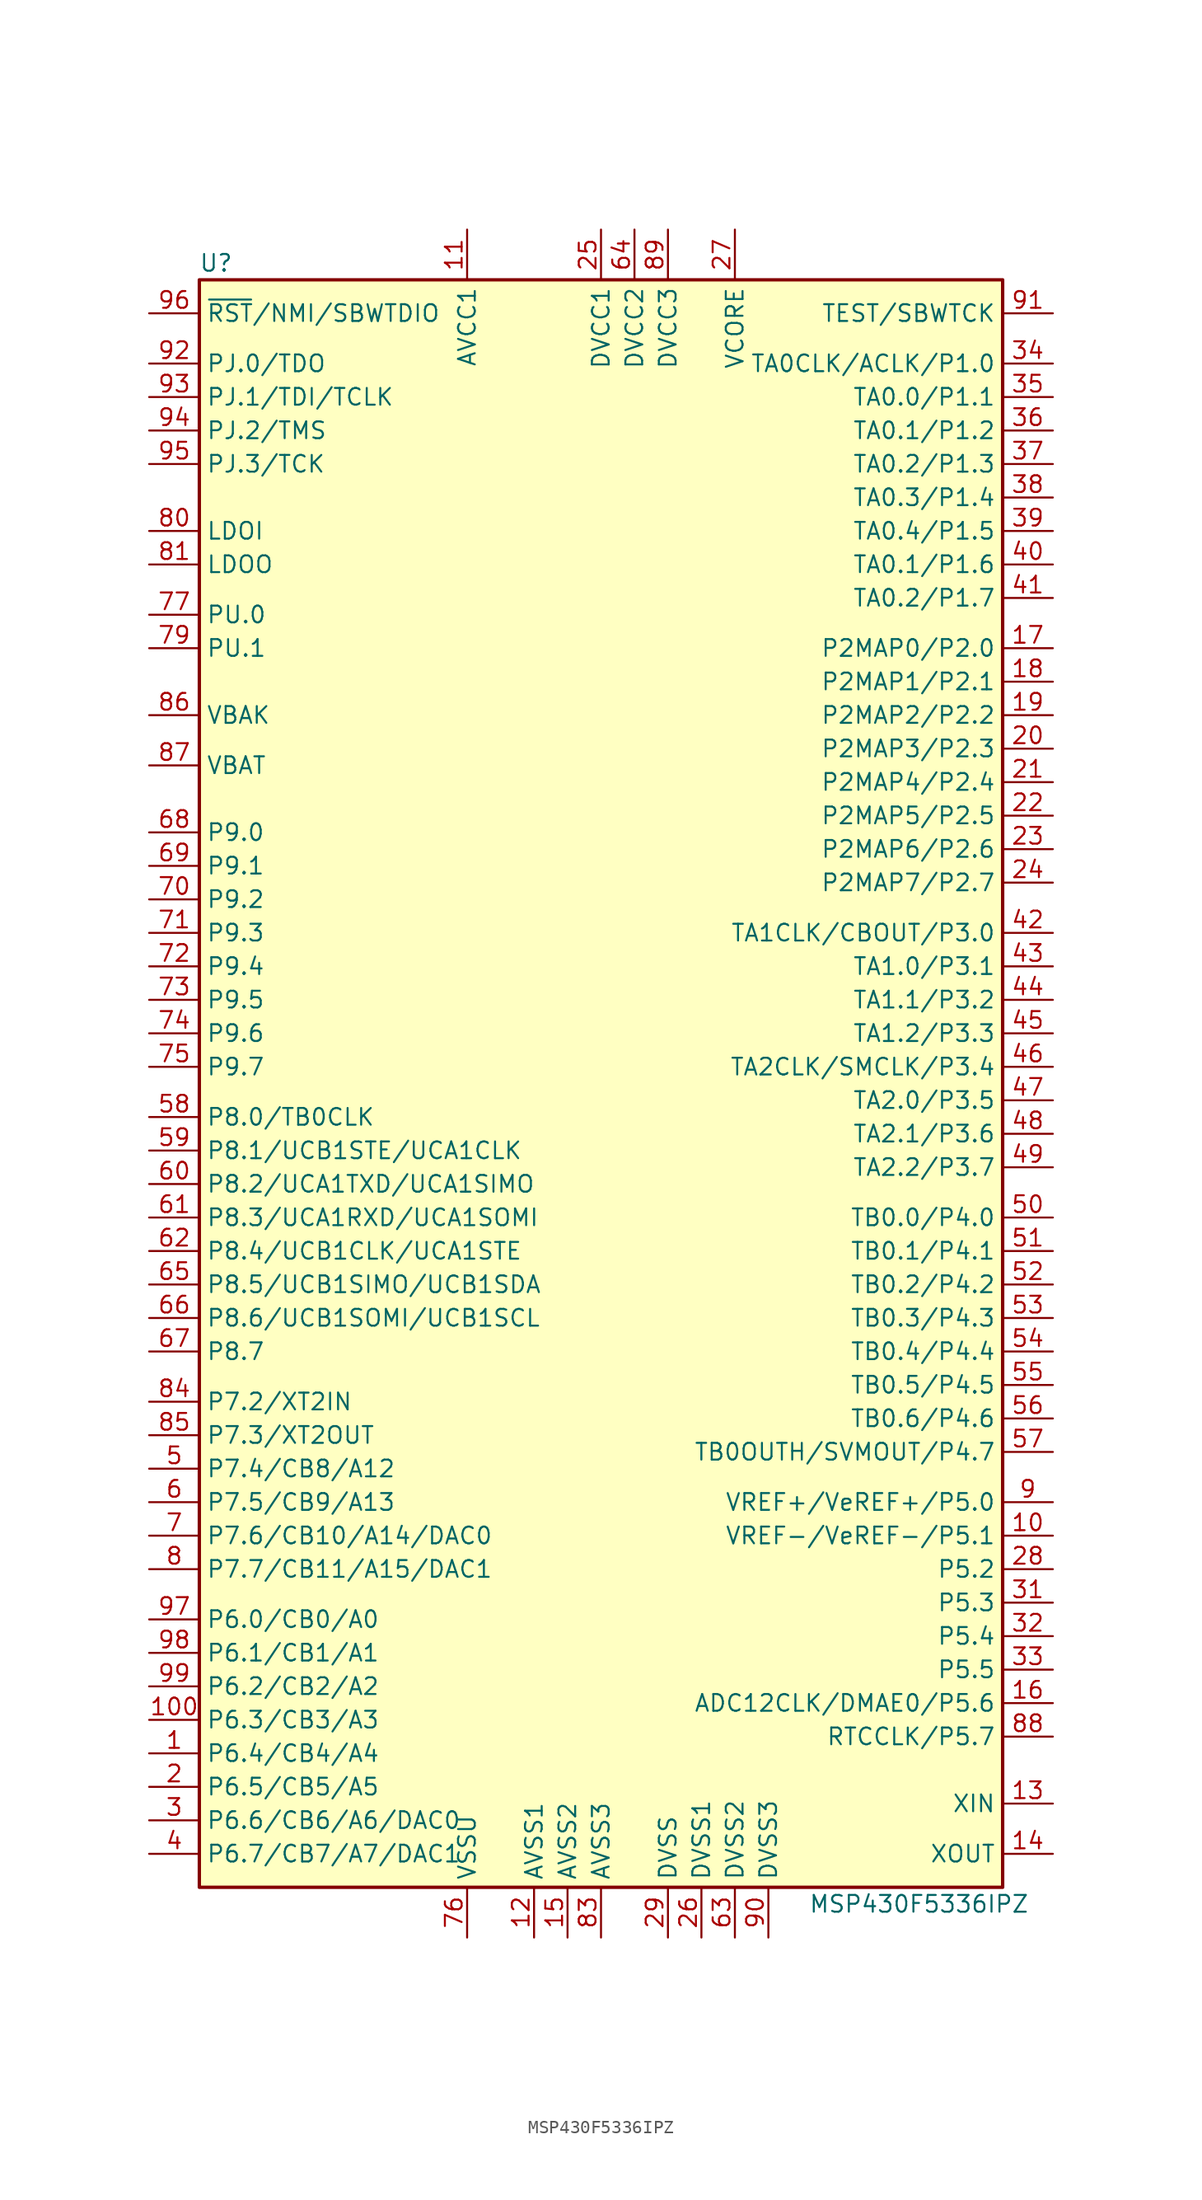
<source format=kicad_sym>
(kicad_symbol_lib
  (version 20241209)
  (generator "kicad_symbol_editor")
  (generator_version "9.0")
  (symbol "MSP430F5336IPZ"
    (property "Reference" "U"
      (at -29.21 60.96 0)
      (effects (font (size 1.27 1.27))))
    (property "Value" "MSP430F5336IPZ"
      (at 24.13 -63.5 0)
      (effects (font (size 1.27 1.27))))
    (symbol "MSP430F5336IPZ_0_1"
      (rectangle (start -30.48 59.69) (end 30.48 -62.23) (stroke (width 0.254) (type default)) (fill (type background))))
    (symbol "MSP430F5336IPZ_1_1"
      (pin input line (at -34.29 57.15 0) (length 3.81) (name "~{RST}/NMI/SBWTDIO" (effects (font (size 1.27 1.27)))) (number "96" (effects (font (size 1.27 1.27)))))
      (pin bidirectional line (at -34.29 53.34 0) (length 3.81) (name "PJ.0/TDO" (effects (font (size 1.27 1.27)))) (number "92" (effects (font (size 1.27 1.27)))))
      (pin bidirectional line (at -34.29 50.8 0) (length 3.81) (name "PJ.1/TDI/TCLK" (effects (font (size 1.27 1.27)))) (number "93" (effects (font (size 1.27 1.27)))))
      (pin bidirectional line (at -34.29 48.26 0) (length 3.81) (name "PJ.2/TMS" (effects (font (size 1.27 1.27)))) (number "94" (effects (font (size 1.27 1.27)))))
      (pin bidirectional line (at -34.29 45.72 0) (length 3.81) (name "PJ.3/TCK" (effects (font (size 1.27 1.27)))) (number "95" (effects (font (size 1.27 1.27)))))
      (pin bidirectional line (at -34.29 40.64 0) (length 3.81) (name "LDOI" (effects (font (size 1.27 1.27)))) (number "80" (effects (font (size 1.27 1.27)))))
      (pin bidirectional line (at -34.29 38.1 0) (length 3.81) (name "LDOO" (effects (font (size 1.27 1.27)))) (number "81" (effects (font (size 1.27 1.27)))))
      (pin bidirectional line (at -34.29 34.29 0) (length 3.81) (name "PU.0" (effects (font (size 1.27 1.27)))) (number "77" (effects (font (size 1.27 1.27)))))
      (pin bidirectional line (at -34.29 31.75 0) (length 3.81) (name "PU.1" (effects (font (size 1.27 1.27)))) (number "79" (effects (font (size 1.27 1.27)))))
      (pin bidirectional line (at -34.29 26.67 0) (length 3.81) (name "VBAK" (effects (font (size 1.27 1.27)))) (number "86" (effects (font (size 1.27 1.27)))))
      (pin bidirectional line (at -34.29 22.86 0) (length 3.81) (name "VBAT" (effects (font (size 1.27 1.27)))) (number "87" (effects (font (size 1.27 1.27)))))
      (pin bidirectional line (at -34.29 17.78 0) (length 3.81) (name "P9.0" (effects (font (size 1.27 1.27)))) (number "68" (effects (font (size 1.27 1.27)))))
      (pin bidirectional line (at -34.29 15.24 0) (length 3.81) (name "P9.1" (effects (font (size 1.27 1.27)))) (number "69" (effects (font (size 1.27 1.27)))))
      (pin bidirectional line (at -34.29 12.7 0) (length 3.81) (name "P9.2" (effects (font (size 1.27 1.27)))) (number "70" (effects (font (size 1.27 1.27)))))
      (pin bidirectional line (at -34.29 10.16 0) (length 3.81) (name "P9.3" (effects (font (size 1.27 1.27)))) (number "71" (effects (font (size 1.27 1.27)))))
      (pin bidirectional line (at -34.29 7.62 0) (length 3.81) (name "P9.4" (effects (font (size 1.27 1.27)))) (number "72" (effects (font (size 1.27 1.27)))))
      (pin bidirectional line (at -34.29 5.08 0) (length 3.81) (name "P9.5" (effects (font (size 1.27 1.27)))) (number "73" (effects (font (size 1.27 1.27)))))
      (pin bidirectional line (at -34.29 2.54 0) (length 3.81) (name "P9.6" (effects (font (size 1.27 1.27)))) (number "74" (effects (font (size 1.27 1.27)))))
      (pin bidirectional line (at -34.29 0 0) (length 3.81) (name "P9.7" (effects (font (size 1.27 1.27)))) (number "75" (effects (font (size 1.27 1.27)))))
      (pin bidirectional line (at -34.29 -3.81 0) (length 3.81) (name "P8.0/TB0CLK" (effects (font (size 1.27 1.27)))) (number "58" (effects (font (size 1.27 1.27)))))
      (pin bidirectional line (at -34.29 -6.35 0) (length 3.81) (name "P8.1/UCB1STE/UCA1CLK" (effects (font (size 1.27 1.27)))) (number "59" (effects (font (size 1.27 1.27)))))
      (pin bidirectional line (at -34.29 -8.89 0) (length 3.81) (name "P8.2/UCA1TXD/UCA1SIMO" (effects (font (size 1.27 1.27)))) (number "60" (effects (font (size 1.27 1.27)))))
      (pin bidirectional line (at -34.29 -11.43 0) (length 3.81) (name "P8.3/UCA1RXD/UCA1SOMI" (effects (font (size 1.27 1.27)))) (number "61" (effects (font (size 1.27 1.27)))))
      (pin bidirectional line (at -34.29 -13.97 0) (length 3.81) (name "P8.4/UCB1CLK/UCA1STE" (effects (font (size 1.27 1.27)))) (number "62" (effects (font (size 1.27 1.27)))))
      (pin bidirectional line (at -34.29 -16.51 0) (length 3.81) (name "P8.5/UCB1SIMO/UCB1SDA" (effects (font (size 1.27 1.27)))) (number "65" (effects (font (size 1.27 1.27)))))
      (pin bidirectional line (at -34.29 -19.05 0) (length 3.81) (name "P8.6/UCB1SOMI/UCB1SCL" (effects (font (size 1.27 1.27)))) (number "66" (effects (font (size 1.27 1.27)))))
      (pin bidirectional line (at -34.29 -21.59 0) (length 3.81) (name "P8.7" (effects (font (size 1.27 1.27)))) (number "67" (effects (font (size 1.27 1.27)))))
      (pin bidirectional line (at -34.29 -25.4 0) (length 3.81) (name "P7.2/XT2IN" (effects (font (size 1.27 1.27)))) (number "84" (effects (font (size 1.27 1.27)))))
      (pin bidirectional line (at -34.29 -27.94 0) (length 3.81) (name "P7.3/XT2OUT" (effects (font (size 1.27 1.27)))) (number "85" (effects (font (size 1.27 1.27)))))
      (pin bidirectional line (at -34.29 -30.48 0) (length 3.81) (name "P7.4/CB8/A12" (effects (font (size 1.27 1.27)))) (number "5" (effects (font (size 1.27 1.27)))))
      (pin bidirectional line (at -34.29 -33.02 0) (length 3.81) (name "P7.5/CB9/A13" (effects (font (size 1.27 1.27)))) (number "6" (effects (font (size 1.27 1.27)))))
      (pin bidirectional line (at -34.29 -35.56 0) (length 3.81) (name "P7.6/CB10/A14/DAC0" (effects (font (size 1.27 1.27)))) (number "7" (effects (font (size 1.27 1.27)))))
      (pin bidirectional line (at -34.29 -38.1 0) (length 3.81) (name "P7.7/CB11/A15/DAC1" (effects (font (size 1.27 1.27)))) (number "8" (effects (font (size 1.27 1.27)))))
      (pin bidirectional line (at -34.29 -41.91 0) (length 3.81) (name "P6.0/CB0/A0" (effects (font (size 1.27 1.27)))) (number "97" (effects (font (size 1.27 1.27)))))
      (pin bidirectional line (at -34.29 -44.45 0) (length 3.81) (name "P6.1/CB1/A1" (effects (font (size 1.27 1.27)))) (number "98" (effects (font (size 1.27 1.27)))))
      (pin bidirectional line (at -34.29 -46.99 0) (length 3.81) (name "P6.2/CB2/A2" (effects (font (size 1.27 1.27)))) (number "99" (effects (font (size 1.27 1.27)))))
      (pin bidirectional line (at -34.29 -49.53 0) (length 3.81) (name "P6.3/CB3/A3" (effects (font (size 1.27 1.27)))) (number "100" (effects (font (size 1.27 1.27)))))
      (pin bidirectional line (at -34.29 -52.07 0) (length 3.81) (name "P6.4/CB4/A4" (effects (font (size 1.27 1.27)))) (number "1" (effects (font (size 1.27 1.27)))))
      (pin bidirectional line (at -34.29 -54.61 0) (length 3.81) (name "P6.5/CB5/A5" (effects (font (size 1.27 1.27)))) (number "2" (effects (font (size 1.27 1.27)))))
      (pin bidirectional line (at -34.29 -57.15 0) (length 3.81) (name "P6.6/CB6/A6/DAC0" (effects (font (size 1.27 1.27)))) (number "3" (effects (font (size 1.27 1.27)))))
      (pin bidirectional line (at -34.29 -59.69 0) (length 3.81) (name "P6.7/CB7/A7/DAC1" (effects (font (size 1.27 1.27)))) (number "4" (effects (font (size 1.27 1.27)))))
      (pin power_in line (at -10.16 63.5 270) (length 3.81) (name "AVCC1" (effects (font (size 1.27 1.27)))) (number "11" (effects (font (size 1.27 1.27)))))
      (pin power_in line (at -10.16 -66.04 90) (length 3.81) (name "VSSU" (effects (font (size 1.27 1.27)))) (number "76" (effects (font (size 1.27 1.27)))))
      (pin power_in line (at -5.08 -66.04 90) (length 3.81) (name "AVSS1" (effects (font (size 1.27 1.27)))) (number "12" (effects (font (size 1.27 1.27)))))
      (pin power_in line (at -2.54 -66.04 90) (length 3.81) (name "AVSS2" (effects (font (size 1.27 1.27)))) (number "15" (effects (font (size 1.27 1.27)))))
      (pin power_in line (at 0 63.5 270) (length 3.81) (name "DVCC1" (effects (font (size 1.27 1.27)))) (number "25" (effects (font (size 1.27 1.27)))))
      (pin power_in line (at 0 -66.04 90) (length 3.81) (name "AVSS3" (effects (font (size 1.27 1.27)))) (number "83" (effects (font (size 1.27 1.27)))))
      (pin power_in line (at 2.54 63.5 270) (length 3.81) (name "DVCC2" (effects (font (size 1.27 1.27)))) (number "64" (effects (font (size 1.27 1.27)))))
      (pin power_in line (at 5.08 63.5 270) (length 3.81) (name "DVCC3" (effects (font (size 1.27 1.27)))) (number "89" (effects (font (size 1.27 1.27)))))
      (pin power_in line (at 5.08 -66.04 90) (length 3.81) (name "DVSS" (effects (font (size 1.27 1.27)))) (number "29" (effects (font (size 1.27 1.27)))))
      (pin power_in line (at 7.62 -66.04 90) (length 3.81) (name "DVSS1" (effects (font (size 1.27 1.27)))) (number "26" (effects (font (size 1.27 1.27)))))
      (pin bidirectional line (at 10.16 63.5 270) (length 3.81) (name "VCORE" (effects (font (size 1.27 1.27)))) (number "27" (effects (font (size 1.27 1.27)))))
      (pin power_in line (at 10.16 -66.04 90) (length 3.81) (name "DVSS2" (effects (font (size 1.27 1.27)))) (number "63" (effects (font (size 1.27 1.27)))))
      (pin power_in line (at 12.7 -66.04 90) (length 3.81) (name "DVSS3" (effects (font (size 1.27 1.27)))) (number "90" (effects (font (size 1.27 1.27)))))
      (pin input line (at 34.29 57.15 180) (length 3.81) (name "TEST/SBWTCK" (effects (font (size 1.27 1.27)))) (number "91" (effects (font (size 1.27 1.27)))))
      (pin bidirectional line (at 34.29 53.34 180) (length 3.81) (name "TA0CLK/ACLK/P1.0" (effects (font (size 1.27 1.27)))) (number "34" (effects (font (size 1.27 1.27)))))
      (pin bidirectional line (at 34.29 50.8 180) (length 3.81) (name "TA0.0/P1.1" (effects (font (size 1.27 1.27)))) (number "35" (effects (font (size 1.27 1.27)))))
      (pin bidirectional line (at 34.29 48.26 180) (length 3.81) (name "TA0.1/P1.2" (effects (font (size 1.27 1.27)))) (number "36" (effects (font (size 1.27 1.27)))))
      (pin bidirectional line (at 34.29 45.72 180) (length 3.81) (name "TA0.2/P1.3" (effects (font (size 1.27 1.27)))) (number "37" (effects (font (size 1.27 1.27)))))
      (pin bidirectional line (at 34.29 43.18 180) (length 3.81) (name "TA0.3/P1.4" (effects (font (size 1.27 1.27)))) (number "38" (effects (font (size 1.27 1.27)))))
      (pin bidirectional line (at 34.29 40.64 180) (length 3.81) (name "TA0.4/P1.5" (effects (font (size 1.27 1.27)))) (number "39" (effects (font (size 1.27 1.27)))))
      (pin bidirectional line (at 34.29 38.1 180) (length 3.81) (name "TA0.1/P1.6" (effects (font (size 1.27 1.27)))) (number "40" (effects (font (size 1.27 1.27)))))
      (pin bidirectional line (at 34.29 35.56 180) (length 3.81) (name "TA0.2/P1.7" (effects (font (size 1.27 1.27)))) (number "41" (effects (font (size 1.27 1.27)))))
      (pin bidirectional line (at 34.29 31.75 180) (length 3.81) (name "P2MAP0/P2.0" (effects (font (size 1.27 1.27)))) (number "17" (effects (font (size 1.27 1.27)))))
      (pin bidirectional line (at 34.29 29.21 180) (length 3.81) (name "P2MAP1/P2.1" (effects (font (size 1.27 1.27)))) (number "18" (effects (font (size 1.27 1.27)))))
      (pin bidirectional line (at 34.29 26.67 180) (length 3.81) (name "P2MAP2/P2.2" (effects (font (size 1.27 1.27)))) (number "19" (effects (font (size 1.27 1.27)))))
      (pin bidirectional line (at 34.29 24.13 180) (length 3.81) (name "P2MAP3/P2.3" (effects (font (size 1.27 1.27)))) (number "20" (effects (font (size 1.27 1.27)))))
      (pin bidirectional line (at 34.29 21.59 180) (length 3.81) (name "P2MAP4/P2.4" (effects (font (size 1.27 1.27)))) (number "21" (effects (font (size 1.27 1.27)))))
      (pin bidirectional line (at 34.29 19.05 180) (length 3.81) (name "P2MAP5/P2.5" (effects (font (size 1.27 1.27)))) (number "22" (effects (font (size 1.27 1.27)))))
      (pin bidirectional line (at 34.29 16.51 180) (length 3.81) (name "P2MAP6/P2.6" (effects (font (size 1.27 1.27)))) (number "23" (effects (font (size 1.27 1.27)))))
      (pin bidirectional line (at 34.29 13.97 180) (length 3.81) (name "P2MAP7/P2.7" (effects (font (size 1.27 1.27)))) (number "24" (effects (font (size 1.27 1.27)))))
      (pin bidirectional line (at 34.29 10.16 180) (length 3.81) (name "TA1CLK/CBOUT/P3.0" (effects (font (size 1.27 1.27)))) (number "42" (effects (font (size 1.27 1.27)))))
      (pin bidirectional line (at 34.29 7.62 180) (length 3.81) (name "TA1.0/P3.1" (effects (font (size 1.27 1.27)))) (number "43" (effects (font (size 1.27 1.27)))))
      (pin bidirectional line (at 34.29 5.08 180) (length 3.81) (name "TA1.1/P3.2" (effects (font (size 1.27 1.27)))) (number "44" (effects (font (size 1.27 1.27)))))
      (pin bidirectional line (at 34.29 2.54 180) (length 3.81) (name "TA1.2/P3.3" (effects (font (size 1.27 1.27)))) (number "45" (effects (font (size 1.27 1.27)))))
      (pin bidirectional line (at 34.29 0 180) (length 3.81) (name "TA2CLK/SMCLK/P3.4" (effects (font (size 1.27 1.27)))) (number "46" (effects (font (size 1.27 1.27)))))
      (pin bidirectional line (at 34.29 -2.54 180) (length 3.81) (name "TA2.0/P3.5" (effects (font (size 1.27 1.27)))) (number "47" (effects (font (size 1.27 1.27)))))
      (pin bidirectional line (at 34.29 -5.08 180) (length 3.81) (name "TA2.1/P3.6" (effects (font (size 1.27 1.27)))) (number "48" (effects (font (size 1.27 1.27)))))
      (pin bidirectional line (at 34.29 -7.62 180) (length 3.81) (name "TA2.2/P3.7" (effects (font (size 1.27 1.27)))) (number "49" (effects (font (size 1.27 1.27)))))
      (pin bidirectional line (at 34.29 -11.43 180) (length 3.81) (name "TB0.0/P4.0" (effects (font (size 1.27 1.27)))) (number "50" (effects (font (size 1.27 1.27)))))
      (pin bidirectional line (at 34.29 -13.97 180) (length 3.81) (name "TB0.1/P4.1" (effects (font (size 1.27 1.27)))) (number "51" (effects (font (size 1.27 1.27)))))
      (pin bidirectional line (at 34.29 -16.51 180) (length 3.81) (name "TB0.2/P4.2" (effects (font (size 1.27 1.27)))) (number "52" (effects (font (size 1.27 1.27)))))
      (pin bidirectional line (at 34.29 -19.05 180) (length 3.81) (name "TB0.3/P4.3" (effects (font (size 1.27 1.27)))) (number "53" (effects (font (size 1.27 1.27)))))
      (pin bidirectional line (at 34.29 -21.59 180) (length 3.81) (name "TB0.4/P4.4" (effects (font (size 1.27 1.27)))) (number "54" (effects (font (size 1.27 1.27)))))
      (pin bidirectional line (at 34.29 -24.13 180) (length 3.81) (name "TB0.5/P4.5" (effects (font (size 1.27 1.27)))) (number "55" (effects (font (size 1.27 1.27)))))
      (pin bidirectional line (at 34.29 -26.67 180) (length 3.81) (name "TB0.6/P4.6" (effects (font (size 1.27 1.27)))) (number "56" (effects (font (size 1.27 1.27)))))
      (pin bidirectional line (at 34.29 -29.21 180) (length 3.81) (name "TB0OUTH/SVMOUT/P4.7" (effects (font (size 1.27 1.27)))) (number "57" (effects (font (size 1.27 1.27)))))
      (pin bidirectional line (at 34.29 -33.02 180) (length 3.81) (name "VREF+/VeREF+/P5.0" (effects (font (size 1.27 1.27)))) (number "9" (effects (font (size 1.27 1.27)))))
      (pin bidirectional line (at 34.29 -35.56 180) (length 3.81) (name "VREF-/VeREF-/P5.1" (effects (font (size 1.27 1.27)))) (number "10" (effects (font (size 1.27 1.27)))))
      (pin bidirectional line (at 34.29 -38.1 180) (length 3.81) (name "P5.2" (effects (font (size 1.27 1.27)))) (number "28" (effects (font (size 1.27 1.27)))))
      (pin bidirectional line (at 34.29 -40.64 180) (length 3.81) (name "P5.3" (effects (font (size 1.27 1.27)))) (number "31" (effects (font (size 1.27 1.27)))))
      (pin bidirectional line (at 34.29 -43.18 180) (length 3.81) (name "P5.4" (effects (font (size 1.27 1.27)))) (number "32" (effects (font (size 1.27 1.27)))))
      (pin bidirectional line (at 34.29 -45.72 180) (length 3.81) (name "P5.5" (effects (font (size 1.27 1.27)))) (number "33" (effects (font (size 1.27 1.27)))))
      (pin bidirectional line (at 34.29 -48.26 180) (length 3.81) (name "ADC12CLK/DMAE0/P5.6" (effects (font (size 1.27 1.27)))) (number "16" (effects (font (size 1.27 1.27)))))
      (pin bidirectional line (at 34.29 -50.8 180) (length 3.81) (name "RTCCLK/P5.7" (effects (font (size 1.27 1.27)))) (number "88" (effects (font (size 1.27 1.27)))))
      (pin bidirectional line (at 34.29 -55.88 180) (length 3.81) (name "XIN" (effects (font (size 1.27 1.27)))) (number "13" (effects (font (size 1.27 1.27)))))
      (pin bidirectional line (at 34.29 -59.69 180) (length 3.81) (name "XOUT" (effects (font (size 1.27 1.27)))) (number "14" (effects (font (size 1.27 1.27))))))))
</source>
